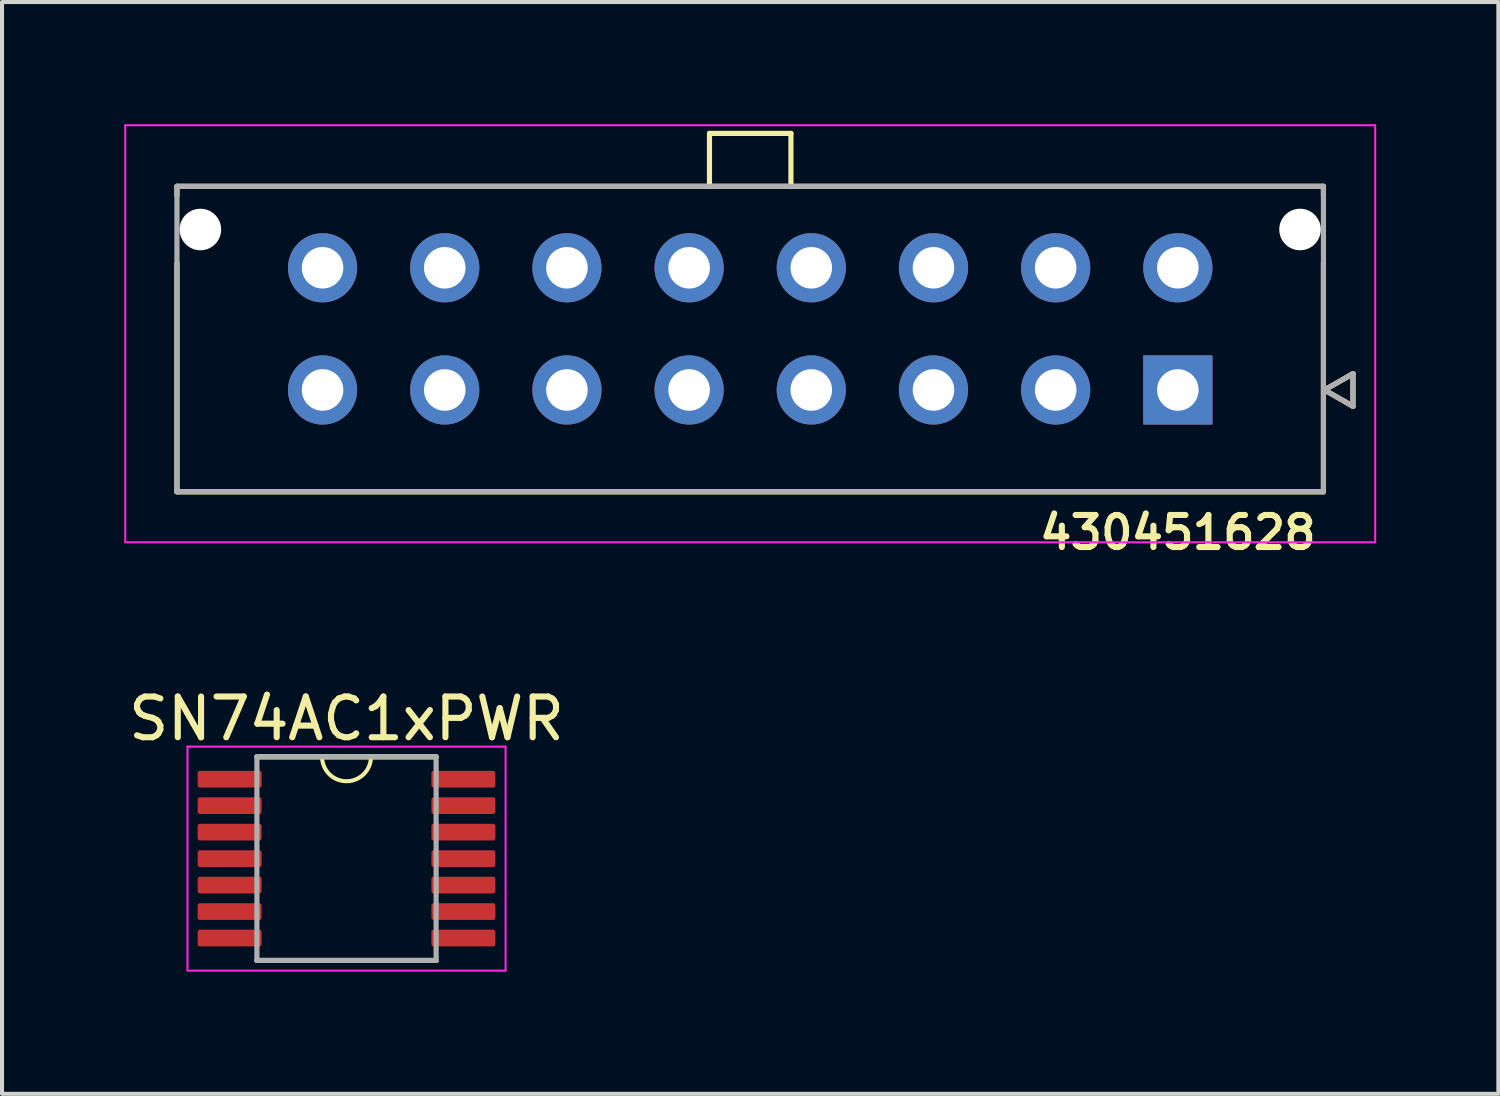
<source format=kicad_pcb>
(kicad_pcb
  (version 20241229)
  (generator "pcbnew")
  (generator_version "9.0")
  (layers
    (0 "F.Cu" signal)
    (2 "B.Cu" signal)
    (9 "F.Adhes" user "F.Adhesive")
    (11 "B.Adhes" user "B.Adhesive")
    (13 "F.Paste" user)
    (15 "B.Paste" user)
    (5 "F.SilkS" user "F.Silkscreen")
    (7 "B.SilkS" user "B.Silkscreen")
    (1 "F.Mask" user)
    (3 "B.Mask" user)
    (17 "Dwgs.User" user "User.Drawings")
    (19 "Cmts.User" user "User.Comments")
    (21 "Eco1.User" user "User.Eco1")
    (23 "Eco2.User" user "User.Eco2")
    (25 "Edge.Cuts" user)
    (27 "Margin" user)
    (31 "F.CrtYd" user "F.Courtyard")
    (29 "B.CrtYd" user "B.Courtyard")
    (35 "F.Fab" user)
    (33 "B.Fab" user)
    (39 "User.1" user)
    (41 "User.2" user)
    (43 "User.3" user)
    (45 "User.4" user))
  (footprint "SN74AC1xPWR"
    (layer "F.Cu")
    (at 5.458 18.032)
    (property "Reference" "SN74AC1xPWR" (at 0 -3.435 0) (layer "F.SilkS") (effects (font (size 1 1) (thickness 0.15))))
    (attr smd)
    (fp_line (start -2.2 -2.5) (end 2.2 -2.5) (stroke (width 0.127) (type solid)) (layer "F.SilkS"))
    (fp_line (start -2.2 2.5) (end 2.2 2.5) (stroke (width 0.127) (type solid)) (layer "F.SilkS"))
    (fp_arc (start 0.6 -2.5) (mid 0 -1.9) (end -0.6 -2.5) (stroke (width 0.1) (type default)) (layer "F.SilkS"))
    (fp_line (start -3.905 -2.75) (end -3.905 2.75) (stroke (width 0.05) (type solid)) (layer "F.CrtYd"))
    (fp_line (start -3.905 -2.75) (end 3.905 -2.75) (stroke (width 0.05) (type solid)) (layer "F.CrtYd"))
    (fp_line (start -3.905 2.75) (end 3.905 2.75) (stroke (width 0.05) (type solid)) (layer "F.CrtYd"))
    (fp_line (start 3.905 -2.75) (end 3.905 2.75) (stroke (width 0.05) (type solid)) (layer "F.CrtYd"))
    (fp_line (start -2.2 -2.5) (end -2.2 2.5) (stroke (width 0.127) (type solid)) (layer "F.Fab"))
    (fp_line (start -2.2 -2.5) (end 2.2 -2.5) (stroke (width 0.127) (type solid)) (layer "F.Fab"))
    (fp_line (start -2.2 2.5) (end 2.2 2.5) (stroke (width 0.127) (type solid)) (layer "F.Fab"))
    (fp_line (start 2.2 -2.5) (end 2.2 2.5) (stroke (width 0.127) (type solid)) (layer "F.Fab"))
    (pad "1" smd roundrect (at -2.87 -1.95) (size 1.57 0.41) (layers "F.Cu" "F.Mask" "F.Paste") (roundrect_rratio 0.125))
    (pad "2" smd roundrect (at -2.87 -1.3) (size 1.57 0.41) (layers "F.Cu" "F.Mask" "F.Paste") (roundrect_rratio 0.125))
    (pad "3" smd roundrect (at -2.87 -0.65) (size 1.57 0.41) (layers "F.Cu" "F.Mask" "F.Paste") (roundrect_rratio 0.125))
    (pad "4" smd roundrect (at -2.87 0) (size 1.57 0.41) (layers "F.Cu" "F.Mask" "F.Paste") (roundrect_rratio 0.125))
    (pad "5" smd roundrect (at -2.87 0.65) (size 1.57 0.41) (layers "F.Cu" "F.Mask" "F.Paste") (roundrect_rratio 0.125))
    (pad "6" smd roundrect (at -2.87 1.3) (size 1.57 0.41) (layers "F.Cu" "F.Mask" "F.Paste") (roundrect_rratio 0.125))
    (pad "7" smd roundrect (at -2.87 1.95) (size 1.57 0.41) (layers "F.Cu" "F.Mask" "F.Paste") (roundrect_rratio 0.125))
    (pad "8" smd roundrect (at 2.87 1.95) (size 1.57 0.41) (layers "F.Cu" "F.Mask" "F.Paste") (roundrect_rratio 0.125))
    (pad "9" smd roundrect (at 2.87 1.3) (size 1.57 0.41) (layers "F.Cu" "F.Mask" "F.Paste") (roundrect_rratio 0.125))
    (pad "10" smd roundrect (at 2.87 0.65) (size 1.57 0.41) (layers "F.Cu" "F.Mask" "F.Paste") (roundrect_rratio 0.125))
    (pad "11" smd roundrect (at 2.87 0) (size 1.57 0.41) (layers "F.Cu" "F.Mask" "F.Paste") (roundrect_rratio 0.125))
    (pad "12" smd roundrect (at 2.87 -0.65) (size 1.57 0.41) (layers "F.Cu" "F.Mask" "F.Paste") (roundrect_rratio 0.125))
    (pad "13" smd roundrect (at 2.87 -1.3) (size 1.57 0.41) (layers "F.Cu" "F.Mask" "F.Paste") (roundrect_rratio 0.125))
    (pad "14" smd roundrect (at 2.87 -1.95) (size 1.57 0.41) (layers "F.Cu" "F.Mask" "F.Paste") (roundrect_rratio 0.125)))
  (footprint "430451628"
    (layer "F.Cu")
    (at 15.37 5.025)
    (property "Reference" "430451628" (at 10.5 5 0) (layer "F.SilkS") (effects (font (size 0.787 0.787) (thickness 0.15))))
    (attr through_hole)
    (fp_line (start -14.075 -3.5) (end 14.075 -3.5) (stroke (width 0.127) (type solid)) (layer "F.SilkS"))
    (fp_line (start -14.075 -3.27) (end -14.075 -3.5) (stroke (width 0.127) (type solid)) (layer "F.SilkS"))
    (fp_line (start -14.075 4) (end -14.075 -1.61) (stroke (width 0.127) (type solid)) (layer "F.SilkS"))
    (fp_line (start -1 -4.8) (end -1 -3.495) (stroke (width 0.127) (type solid)) (layer "F.SilkS"))
    (fp_line (start -1 -4.8) (end 1 -4.8) (stroke (width 0.127) (type solid)) (layer "F.SilkS"))
    (fp_line (start 1 -4.8) (end 1 -3.495) (stroke (width 0.127) (type solid)) (layer "F.SilkS"))
    (fp_line (start 14.075 -3.5) (end 14.075 -3.27) (stroke (width 0.127) (type solid)) (layer "F.SilkS"))
    (fp_line (start 14.075 -1.61) (end 14.075 4) (stroke (width 0.127) (type solid)) (layer "F.SilkS"))
    (fp_line (start 14.075 4) (end -14.075 4) (stroke (width 0.127) (type solid)) (layer "F.SilkS"))
    (fp_line (start 14.1 1.5) (end 14.8 1.9) (stroke (width 0.127) (type solid)) (layer "F.SilkS"))
    (fp_line (start 14.8 1.1) (end 14.1 1.5) (stroke (width 0.127) (type solid)) (layer "F.SilkS"))
    (fp_line (start 14.8 1.9) (end 14.8 1.1) (stroke (width 0.127) (type solid)) (layer "F.SilkS"))
    (fp_line (start -15.345 -5) (end 15.345 -5) (stroke (width 0.05) (type solid)) (layer "F.CrtYd"))
    (fp_line (start -15.345 5.24) (end -15.345 -5) (stroke (width 0.05) (type solid)) (layer "F.CrtYd"))
    (fp_line (start 15.345 -5) (end 15.345 5.24) (stroke (width 0.05) (type solid)) (layer "F.CrtYd"))
    (fp_line (start 15.345 5.24) (end -15.345 5.24) (stroke (width 0.05) (type solid)) (layer "F.CrtYd"))
    (fp_line (start -14.075 -3.5) (end -14.075 3.97) (stroke (width 0.127) (type solid)) (layer "F.Fab"))
    (fp_line (start -14.075 4) (end 14.075 4) (stroke (width 0.127) (type solid)) (layer "F.Fab"))
    (fp_line (start 14.075 -3.5) (end -14.075 -3.5) (stroke (width 0.127) (type solid)) (layer "F.Fab"))
    (fp_line (start 14.075 3.97) (end 14.075 -3.5) (stroke (width 0.127) (type solid)) (layer "F.Fab"))
    (fp_line (start 14.1 1.5) (end 14.8 1.9) (stroke (width 0.127) (type solid)) (layer "F.Fab"))
    (fp_line (start 14.8 1.1) (end 14.1 1.5) (stroke (width 0.127) (type solid)) (layer "F.Fab"))
    (fp_line (start 14.8 1.9) (end 14.8 1.1) (stroke (width 0.127) (type solid)) (layer "F.Fab"))
    (pad "" np_thru_hole circle (at -13.5 -2.44) (size 1.02 1.02) (drill 1.02) (layers "*.Cu" "*.Mask"))
    (pad "" np_thru_hole circle (at 13.5 -2.44) (size 1.02 1.02) (drill 1.02) (layers "*.Cu" "*.Mask"))
    (pad "1" thru_hole rect (at 10.5 1.5) (size 1.7 1.7) (drill 1.02) (layers "*.Cu" "*.Mask"))
    (pad "2" thru_hole circle (at 7.5 1.5) (size 1.7 1.7) (drill 1.02) (layers "*.Cu" "*.Mask"))
    (pad "3" thru_hole circle (at 4.5 1.5) (size 1.7 1.7) (drill 1.02) (layers "*.Cu" "*.Mask"))
    (pad "4" thru_hole circle (at 1.5 1.5) (size 1.7 1.7) (drill 1.02) (layers "*.Cu" "*.Mask"))
    (pad "5" thru_hole circle (at -1.5 1.5) (size 1.7 1.7) (drill 1.02) (layers "*.Cu" "*.Mask"))
    (pad "6" thru_hole circle (at -4.5 1.5) (size 1.7 1.7) (drill 1.02) (layers "*.Cu" "*.Mask"))
    (pad "7" thru_hole circle (at -7.5 1.5) (size 1.7 1.7) (drill 1.02) (layers "*.Cu" "*.Mask"))
    (pad "8" thru_hole circle (at -10.5 1.5) (size 1.7 1.7) (drill 1.02) (layers "*.Cu" "*.Mask"))
    (pad "9" thru_hole circle (at 10.5 -1.5) (size 1.7 1.7) (drill 1.02) (layers "*.Cu" "*.Mask"))
    (pad "10" thru_hole circle (at 7.5 -1.5) (size 1.7 1.7) (drill 1.02) (layers "*.Cu" "*.Mask"))
    (pad "11" thru_hole circle (at 4.5 -1.5) (size 1.7 1.7) (drill 1.02) (layers "*.Cu" "*.Mask"))
    (pad "12" thru_hole circle (at 1.5 -1.5) (size 1.7 1.7) (drill 1.02) (layers "*.Cu" "*.Mask"))
    (pad "13" thru_hole circle (at -1.5 -1.5) (size 1.7 1.7) (drill 1.02) (layers "*.Cu" "*.Mask"))
    (pad "14" thru_hole circle (at -4.5 -1.5) (size 1.7 1.7) (drill 1.02) (layers "*.Cu" "*.Mask"))
    (pad "15" thru_hole circle (at -7.5 -1.5) (size 1.7 1.7) (drill 1.02) (layers "*.Cu" "*.Mask"))
    (pad "16" thru_hole circle (at -10.5 -1.5) (size 1.7 1.7) (drill 1.02) (layers "*.Cu" "*.Mask")))
  (gr_rect
    (start -3 -3)
    (end 33.74 23.807)
    (stroke (width 0.1) (type default))
    (fill no)
    (layer "Edge.Cuts")))
</source>
